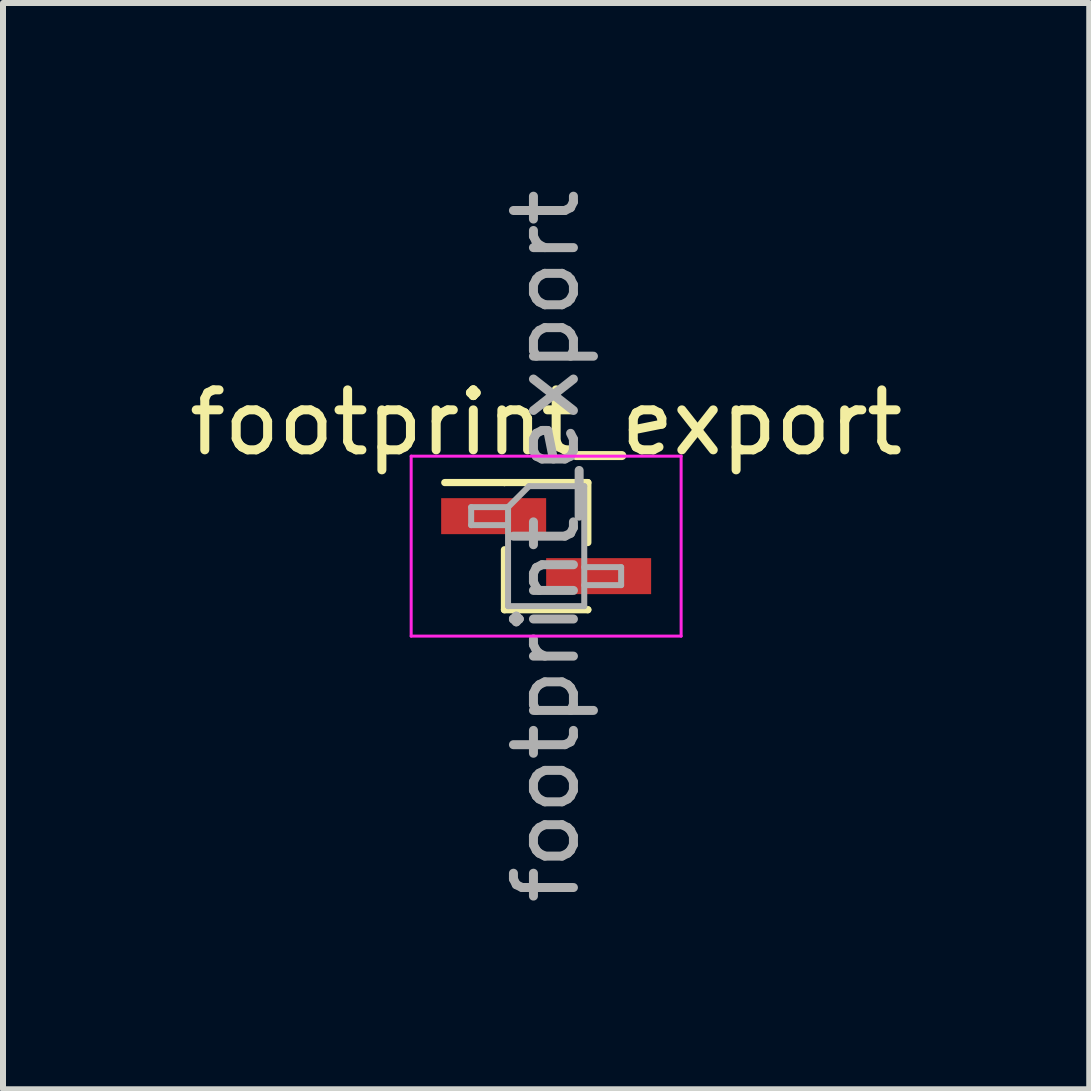
<source format=kicad_pcb>
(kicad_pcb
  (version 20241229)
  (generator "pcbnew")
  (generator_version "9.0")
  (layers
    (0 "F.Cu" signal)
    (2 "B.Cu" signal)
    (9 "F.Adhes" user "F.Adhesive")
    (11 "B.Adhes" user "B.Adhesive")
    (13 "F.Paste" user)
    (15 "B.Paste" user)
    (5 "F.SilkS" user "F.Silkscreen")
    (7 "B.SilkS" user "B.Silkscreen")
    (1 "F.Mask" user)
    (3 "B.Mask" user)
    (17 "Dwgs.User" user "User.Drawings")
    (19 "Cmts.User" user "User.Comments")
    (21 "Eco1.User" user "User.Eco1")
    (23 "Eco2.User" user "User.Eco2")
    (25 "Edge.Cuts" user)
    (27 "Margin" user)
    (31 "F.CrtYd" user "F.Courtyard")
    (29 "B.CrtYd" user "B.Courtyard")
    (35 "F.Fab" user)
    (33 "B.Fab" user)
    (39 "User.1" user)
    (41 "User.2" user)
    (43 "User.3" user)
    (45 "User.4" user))
  (footprint "footprint_export"
    (layer "F.Cu")
    (at 6.054 6.054)
    (property "Reference" "footprint_export" (at 0 -2.06 0) (layer "F.SilkS") (effects (font (size 1 1) (thickness 0.15))))
    (attr smd)
    (fp_line (start -0.695 -1.06) (end -1.69 -1.06) (stroke (width 0.12) (type solid)) (layer "F.SilkS"))
    (fp_line (start -0.695 -1.06) (end -0.695 -1.06) (stroke (width 0.12) (type solid)) (layer "F.SilkS"))
    (fp_line (start -0.695 -1.06) (end 0.695 -1.06) (stroke (width 0.12) (type solid)) (layer "F.SilkS"))
    (fp_line (start -0.695 0.06) (end -0.695 1.06) (stroke (width 0.12) (type solid)) (layer "F.SilkS"))
    (fp_line (start -0.695 1.06) (end 0.695 1.06) (stroke (width 0.12) (type solid)) (layer "F.SilkS"))
    (fp_line (start 0.695 -1.06) (end 0.695 -0.06) (stroke (width 0.12) (type solid)) (layer "F.SilkS"))
    (fp_line (start 0.695 1.06) (end 0.695 1.06) (stroke (width 0.12) (type solid)) (layer "F.SilkS"))
    (fp_line (start -2.25 -1.5) (end -2.25 1.5) (stroke (width 0.05) (type solid)) (layer "F.CrtYd"))
    (fp_line (start -2.25 1.5) (end 2.25 1.5) (stroke (width 0.05) (type solid)) (layer "F.CrtYd"))
    (fp_line (start 2.25 -1.5) (end -2.25 -1.5) (stroke (width 0.05) (type solid)) (layer "F.CrtYd"))
    (fp_line (start 2.25 1.5) (end 2.25 -1.5) (stroke (width 0.05) (type solid)) (layer "F.CrtYd"))
    (fp_line (start -1.25 -0.65) (end -1.25 -0.35) (stroke (width 0.1) (type solid)) (layer "F.Fab"))
    (fp_line (start -1.25 -0.35) (end -0.635 -0.35) (stroke (width 0.1) (type solid)) (layer "F.Fab"))
    (fp_line (start -0.635 -0.65) (end -1.25 -0.65) (stroke (width 0.1) (type solid)) (layer "F.Fab"))
    (fp_line (start -0.635 -0.65) (end -0.285 -1) (stroke (width 0.1) (type solid)) (layer "F.Fab"))
    (fp_line (start -0.635 1) (end -0.635 -0.65) (stroke (width 0.1) (type solid)) (layer "F.Fab"))
    (fp_line (start -0.285 -1) (end 0.635 -1) (stroke (width 0.1) (type solid)) (layer "F.Fab"))
    (fp_line (start 0.635 -1) (end 0.635 1) (stroke (width 0.1) (type solid)) (layer "F.Fab"))
    (fp_line (start 0.635 0.35) (end 1.25 0.35) (stroke (width 0.1) (type solid)) (layer "F.Fab"))
    (fp_line (start 0.635 1) (end -0.635 1) (stroke (width 0.1) (type solid)) (layer "F.Fab"))
    (fp_line (start 1.25 0.35) (end 1.25 0.65) (stroke (width 0.1) (type solid)) (layer "F.Fab"))
    (fp_line (start 1.25 0.65) (end 0.635 0.65) (stroke (width 0.1) (type solid)) (layer "F.Fab"))
    (fp_text user "${REFERENCE}" (at 0 0 90) (layer "F.Fab") (effects (font (size 1 1) (thickness 0.15))))
    (pad "1" smd rect (at -0.875 -0.5) (size 1.75 0.6) (layers "F.Cu" "F.Mask" "F.Paste"))
    (pad "2" smd rect (at 0.875 0.5) (size 1.75 0.6) (layers "F.Cu" "F.Mask" "F.Paste")))
  (gr_rect
    (start -3 -3)
    (end 15.107 15.107)
    (stroke (width 0.1) (type default))
    (fill no)
    (layer "Edge.Cuts")))
</source>
